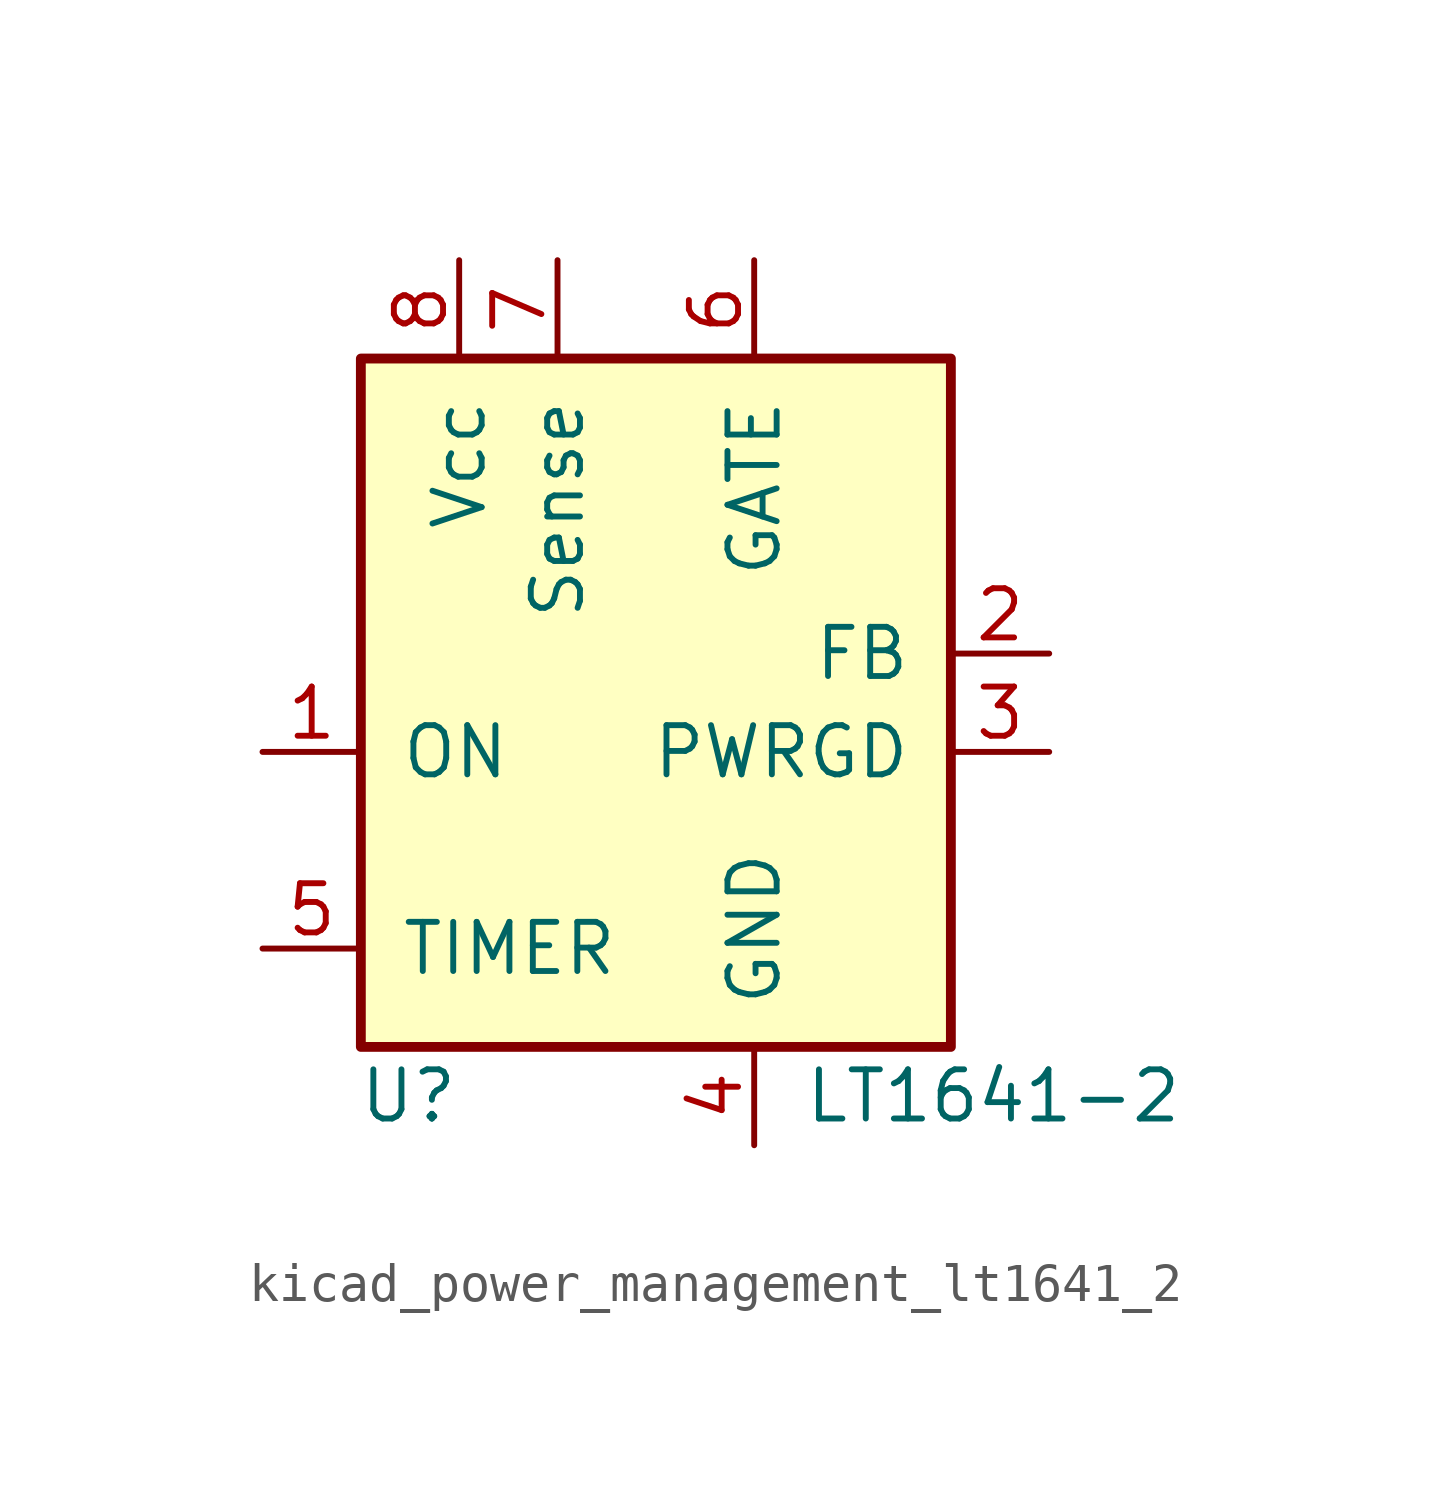
<source format=kicad_sym>
(kicad_symbol_lib
  (version 20220914)
  (generator kicad_symbol_editor)
  (symbol "kicad_power_management_lt1641_2"
    (pin_names
      (offset 1.016))
    (property "Reference" "U"
      (at -5.08 -11.43 0)
      (effects (font (size 1.27 1.27)) (justify right)))
    (property "Value" "LT1641-2"
      (at 3.81 -11.43 0)
      (effects (font (size 1.27 1.27)) (justify left)))
    (symbol "kicad_power_management_lt1641_2_0_1"
      (rectangle (start 7.62 7.62) (end -7.62 -10.16) (stroke (width 0.254) (type default)) (fill (type background))))
    (symbol "kicad_power_management_lt1641_2_1_0"
      (pin power_in line (at 2.54 -12.7 90) (length 2.54) (name "GND" (effects (font (size 1.27 1.27)))) (number "4" (effects (font (size 1.27 1.27))))))
    (symbol "kicad_power_management_lt1641_2_1_1"
      (pin input line (at -10.16 -2.54 0) (length 2.54) (name "ON" (effects (font (size 1.27 1.27)))) (number "1" (effects (font (size 1.27 1.27)))))
      (pin input line (at 10.16 0 180) (length 2.54) (name "FB" (effects (font (size 1.27 1.27)))) (number "2" (effects (font (size 1.27 1.27)))))
      (pin open_collector line (at 10.16 -2.54 180) (length 2.54) (name "PWRGD" (effects (font (size 1.27 1.27)))) (number "3" (effects (font (size 1.27 1.27)))))
      (pin input line (at -10.16 -7.62 0) (length 2.54) (name "TIMER" (effects (font (size 1.27 1.27)))) (number "5" (effects (font (size 1.27 1.27)))))
      (pin output line (at 2.54 10.16 270) (length 2.54) (name "GATE" (effects (font (size 1.27 1.27)))) (number "6" (effects (font (size 1.27 1.27)))))
      (pin input line (at -2.54 10.16 270) (length 2.54) (name "Sense" (effects (font (size 1.27 1.27)))) (number "7" (effects (font (size 1.27 1.27)))))
      (pin power_in line (at -5.08 10.16 270) (length 2.54) (name "Vcc" (effects (font (size 1.27 1.27)))) (number "8" (effects (font (size 1.27 1.27))))))))
</source>
